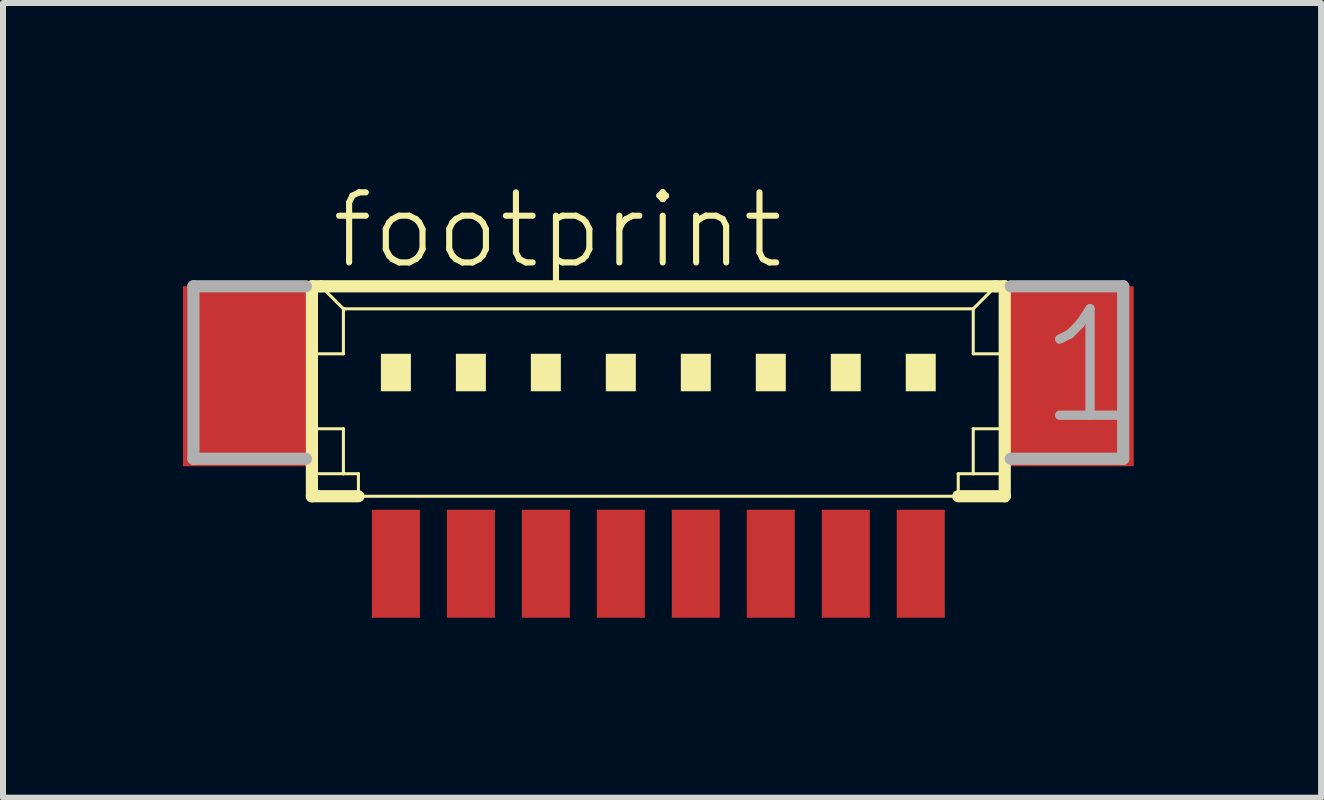
<source format=kicad_pcb>
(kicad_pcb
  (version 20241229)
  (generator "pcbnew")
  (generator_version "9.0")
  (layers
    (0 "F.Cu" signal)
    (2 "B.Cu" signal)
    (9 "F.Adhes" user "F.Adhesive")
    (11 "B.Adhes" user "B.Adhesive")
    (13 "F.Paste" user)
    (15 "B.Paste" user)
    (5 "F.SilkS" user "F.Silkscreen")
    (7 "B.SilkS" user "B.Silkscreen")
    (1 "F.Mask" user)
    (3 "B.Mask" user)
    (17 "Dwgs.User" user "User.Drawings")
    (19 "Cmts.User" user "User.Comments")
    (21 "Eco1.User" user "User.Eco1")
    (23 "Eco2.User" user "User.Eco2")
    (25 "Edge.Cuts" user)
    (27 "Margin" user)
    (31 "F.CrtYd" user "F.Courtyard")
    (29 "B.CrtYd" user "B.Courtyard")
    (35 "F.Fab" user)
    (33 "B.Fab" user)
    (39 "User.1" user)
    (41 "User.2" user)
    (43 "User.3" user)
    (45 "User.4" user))
  (footprint "footprint"
    (layer "F.Cu")
    (at 7.925 3.848)
    (property "Reference" "footprint" (at -5.5 -2.375 0) (layer "F.SilkS") (effects (font (size 1.168 1.168) (thickness 0.102)) (justify left bottom)))
    (fp_line (start -5.775 -2.125) (end -5.775 1.375) (stroke (width 0.203) (type solid)) (layer "F.SilkS"))
    (fp_line (start -5.775 1.375) (end -5 1.375) (stroke (width 0.203) (type solid)) (layer "F.SilkS"))
    (fp_line (start -5.75 -1) (end -5.25 -1) (stroke (width 0.051) (type solid)) (layer "F.SilkS"))
    (fp_line (start -5.75 0.25) (end -5.25 0.25) (stroke (width 0.051) (type solid)) (layer "F.SilkS"))
    (fp_line (start -5.75 1) (end -5.25 1) (stroke (width 0.051) (type solid)) (layer "F.SilkS"))
    (fp_line (start -5.625 -2.125) (end -5.775 -2.125) (stroke (width 0.203) (type solid)) (layer "F.SilkS"))
    (fp_line (start -5.25 -1.75) (end -5.625 -2.125) (stroke (width 0.051) (type solid)) (layer "F.SilkS"))
    (fp_line (start -5.25 -1.75) (end 5.25 -1.75) (stroke (width 0.051) (type solid)) (layer "F.SilkS"))
    (fp_line (start -5.25 -1) (end -5.25 -1.75) (stroke (width 0.051) (type solid)) (layer "F.SilkS"))
    (fp_line (start -5.25 0.25) (end -5.25 1) (stroke (width 0.051) (type solid)) (layer "F.SilkS"))
    (fp_line (start -5.25 1) (end -5 1) (stroke (width 0.051) (type solid)) (layer "F.SilkS"))
    (fp_line (start -5 1) (end -5 1.375) (stroke (width 0.051) (type solid)) (layer "F.SilkS"))
    (fp_line (start -5 1.375) (end 5 1.375) (stroke (width 0.051) (type solid)) (layer "F.SilkS"))
    (fp_line (start 5 1) (end 5 1.375) (stroke (width 0.051) (type solid)) (layer "F.SilkS"))
    (fp_line (start 5 1) (end 5.25 1) (stroke (width 0.051) (type solid)) (layer "F.SilkS"))
    (fp_line (start 5 1.375) (end 5.775 1.375) (stroke (width 0.203) (type solid)) (layer "F.SilkS"))
    (fp_line (start 5.25 -1.75) (end 5.25 -1) (stroke (width 0.051) (type solid)) (layer "F.SilkS"))
    (fp_line (start 5.25 -1.75) (end 5.625 -2.125) (stroke (width 0.051) (type solid)) (layer "F.SilkS"))
    (fp_line (start 5.25 -1) (end 5.75 -1) (stroke (width 0.051) (type solid)) (layer "F.SilkS"))
    (fp_line (start 5.25 0.25) (end 5.25 1) (stroke (width 0.051) (type solid)) (layer "F.SilkS"))
    (fp_line (start 5.25 0.25) (end 5.75 0.25) (stroke (width 0.051) (type solid)) (layer "F.SilkS"))
    (fp_line (start 5.25 1) (end 5.75 1) (stroke (width 0.051) (type solid)) (layer "F.SilkS"))
    (fp_line (start 5.625 -2.125) (end -5.625 -2.125) (stroke (width 0.203) (type solid)) (layer "F.SilkS"))
    (fp_line (start 5.775 -2.125) (end 5.625 -2.125) (stroke (width 0.203) (type solid)) (layer "F.SilkS"))
    (fp_line (start 5.775 1.375) (end 5.775 -2.125) (stroke (width 0.203) (type solid)) (layer "F.SilkS"))
    (fp_poly (pts (xy -4.625 -0.375) (xy -4.125 -0.375) (xy -4.125 -1) (xy -4.625 -1)) (stroke (width 0) (type solid)) (fill yes) (layer "F.SilkS"))
    (fp_poly (pts (xy -3.375 -0.375) (xy -2.875 -0.375) (xy -2.875 -1) (xy -3.375 -1)) (stroke (width 0) (type solid)) (fill yes) (layer "F.SilkS"))
    (fp_poly (pts (xy -2.125 -0.375) (xy -1.625 -0.375) (xy -1.625 -1) (xy -2.125 -1)) (stroke (width 0) (type solid)) (fill yes) (layer "F.SilkS"))
    (fp_poly (pts (xy -0.875 -0.375) (xy -0.375 -0.375) (xy -0.375 -1) (xy -0.875 -1)) (stroke (width 0) (type solid)) (fill yes) (layer "F.SilkS"))
    (fp_poly (pts (xy 0.375 -0.375) (xy 0.875 -0.375) (xy 0.875 -1) (xy 0.375 -1)) (stroke (width 0) (type solid)) (fill yes) (layer "F.SilkS"))
    (fp_poly (pts (xy 1.625 -0.375) (xy 2.125 -0.375) (xy 2.125 -1) (xy 1.625 -1)) (stroke (width 0) (type solid)) (fill yes) (layer "F.SilkS"))
    (fp_poly (pts (xy 2.875 -0.375) (xy 3.375 -0.375) (xy 3.375 -1) (xy 2.875 -1)) (stroke (width 0) (type solid)) (fill yes) (layer "F.SilkS"))
    (fp_poly (pts (xy 4.125 -0.375) (xy 4.625 -0.375) (xy 4.625 -1) (xy 4.125 -1)) (stroke (width 0) (type solid)) (fill yes) (layer "F.SilkS"))
    (fp_line (start -7.75 -2.125) (end -7.75 0.75) (stroke (width 0.203) (type solid)) (layer "F.Fab"))
    (fp_line (start -7.75 0.75) (end -5.875 0.75) (stroke (width 0.203) (type solid)) (layer "F.Fab"))
    (fp_line (start -5.875 -2.125) (end -7.75 -2.125) (stroke (width 0.203) (type solid)) (layer "F.Fab"))
    (fp_line (start 5.875 0.75) (end 7.75 0.75) (stroke (width 0.203) (type solid)) (layer "F.Fab"))
    (fp_line (start 7.75 -2.125) (end 5.875 -2.125) (stroke (width 0.203) (type solid)) (layer "F.Fab"))
    (fp_line (start 7.75 0.75) (end 7.75 -2.125) (stroke (width 0.203) (type solid)) (layer "F.Fab"))
    (fp_text user "1" (at 6.25 0.25 0) (layer "F.Fab") (effects (font (size 1.776 1.776) (thickness 0.154)) (justify left bottom)))
    (pad "1" smd rect (at 4.375 2.5) (size 0.8 1.8) (layers "F.Cu" "F.Mask" "F.Paste"))
    (pad "2" smd rect (at 3.125 2.5) (size 0.8 1.8) (layers "F.Cu" "F.Mask" "F.Paste"))
    (pad "3" smd rect (at 1.875 2.5) (size 0.8 1.8) (layers "F.Cu" "F.Mask" "F.Paste"))
    (pad "4" smd rect (at 0.625 2.5) (size 0.8 1.8) (layers "F.Cu" "F.Mask" "F.Paste"))
    (pad "5" smd rect (at -0.625 2.5) (size 0.8 1.8) (layers "F.Cu" "F.Mask" "F.Paste"))
    (pad "6" smd rect (at -1.875 2.5) (size 0.8 1.8) (layers "F.Cu" "F.Mask" "F.Paste"))
    (pad "7" smd rect (at -3.125 2.5) (size 0.8 1.8) (layers "F.Cu" "F.Mask" "F.Paste"))
    (pad "8" smd rect (at -4.375 2.5) (size 0.8 1.8) (layers "F.Cu" "F.Mask" "F.Paste"))
    (pad "S1" smd rect (at 6.875 -0.625) (size 2.1 3) (layers "F.Cu" "F.Mask" "F.Paste"))
    (pad "S2" smd rect (at -6.875 -0.625) (size 2.1 3) (layers "F.Cu" "F.Mask" "F.Paste")))
  (gr_rect
    (start -3 -3)
    (end 18.974 10.248)
    (stroke (width 0.1) (type default))
    (fill no)
    (layer "Edge.Cuts")))
</source>
